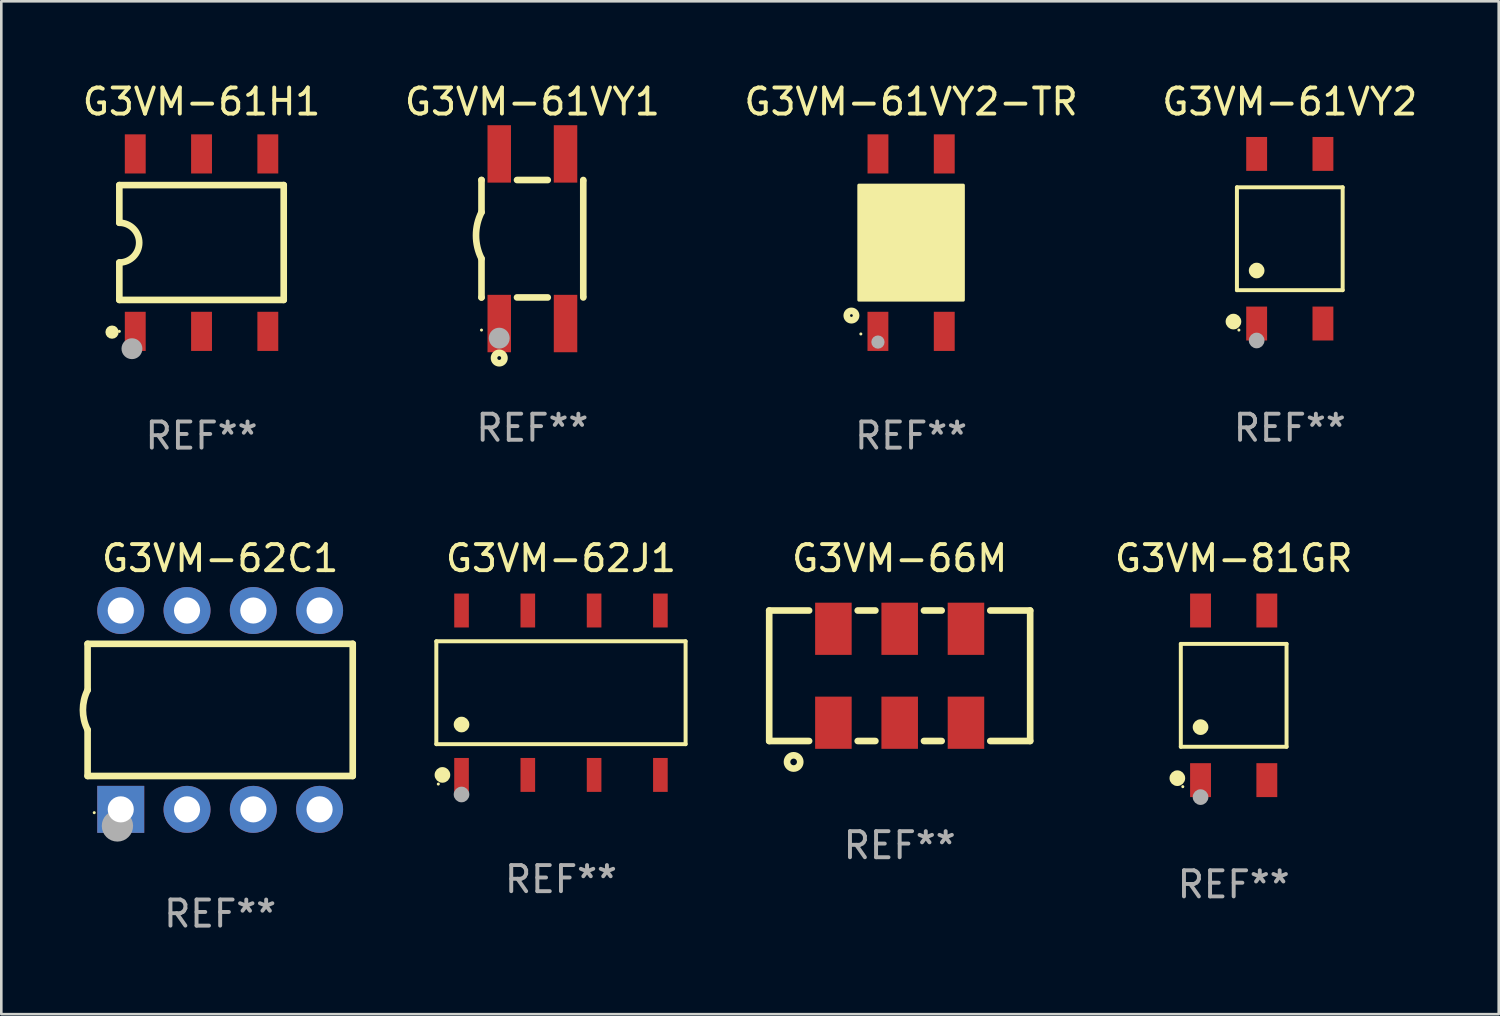
<source format=kicad_pcb>
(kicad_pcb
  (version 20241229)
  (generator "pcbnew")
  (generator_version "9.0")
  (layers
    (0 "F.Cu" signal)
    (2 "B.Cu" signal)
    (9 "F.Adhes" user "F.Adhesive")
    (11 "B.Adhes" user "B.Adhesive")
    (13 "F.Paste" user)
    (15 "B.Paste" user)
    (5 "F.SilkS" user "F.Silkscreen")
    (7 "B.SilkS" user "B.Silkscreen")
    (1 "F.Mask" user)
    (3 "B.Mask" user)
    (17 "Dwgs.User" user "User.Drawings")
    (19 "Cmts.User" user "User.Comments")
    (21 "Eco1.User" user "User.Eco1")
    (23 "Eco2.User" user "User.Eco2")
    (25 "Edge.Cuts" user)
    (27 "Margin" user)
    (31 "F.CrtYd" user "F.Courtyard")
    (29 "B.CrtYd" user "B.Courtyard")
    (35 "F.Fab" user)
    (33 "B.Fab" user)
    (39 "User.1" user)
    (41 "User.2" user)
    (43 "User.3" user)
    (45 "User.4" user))
  (footprint "G3VM-62J1"
    (layer "F.Cu")
    (at 18.446 23.495)
    (property "Reference" "G3VM-62J1" (at 0 -5.15 0) (layer "F.SilkS") (effects (font (size 1 1) (thickness 0.15))))
    (attr through_hole)
    (fp_line (start -4.776 -1.971) (end 4.776 -1.971) (stroke (width 0.152) (type solid)) (layer "F.SilkS"))
    (fp_line (start -4.776 1.971) (end -4.776 -1.971) (stroke (width 0.152) (type solid)) (layer "F.SilkS"))
    (fp_line (start 4.776 -1.971) (end 4.776 1.971) (stroke (width 0.152) (type solid)) (layer "F.SilkS"))
    (fp_line (start 4.776 1.971) (end -4.776 1.971) (stroke (width 0.152) (type solid)) (layer "F.SilkS"))
    (fp_circle (center -4.7 3.5) (end -4.67 3.5) (stroke (width 0.06) (type solid)) (fill no) (layer "F.SilkS"))
    (fp_circle (center -4.542 3.15) (end -4.392 3.15) (stroke (width 0.3) (type solid)) (fill no) (layer "F.SilkS"))
    (fp_circle (center -3.81 1.219) (end -3.66 1.219) (stroke (width 0.3) (type solid)) (fill no) (layer "F.SilkS"))
    (fp_circle (center -3.81 3.9) (end -3.66 3.9) (stroke (width 0.3) (type solid)) (fill no) (layer "F.Fab"))
    (fp_text user "REF**" (at 0 7.15 0) (layer "F.Fab") (effects (font (size 1 1) (thickness 0.15))))
    (pad "1" smd rect (at -3.81 3.15) (size 0.56 1.3) (layers "F.Cu" "F.Mask" "F.Paste"))
    (pad "2" smd rect (at -1.27 3.15) (size 0.56 1.3) (layers "F.Cu" "F.Mask" "F.Paste"))
    (pad "3" smd rect (at 1.27 3.15) (size 0.56 1.3) (layers "F.Cu" "F.Mask" "F.Paste"))
    (pad "4" smd rect (at 3.81 3.15) (size 0.56 1.3) (layers "F.Cu" "F.Mask" "F.Paste"))
    (pad "5" smd rect (at 3.81 -3.15) (size 0.56 1.3) (layers "F.Cu" "F.Mask" "F.Paste"))
    (pad "6" smd rect (at 1.27 -3.15) (size 0.56 1.3) (layers "F.Cu" "F.Mask" "F.Paste"))
    (pad "7" smd rect (at -1.27 -3.15) (size 0.56 1.3) (layers "F.Cu" "F.Mask" "F.Paste"))
    (pad "8" smd rect (at -3.81 -3.15) (size 0.56 1.3) (layers "F.Cu" "F.Mask" "F.Paste")))
  (footprint "G3VM-62C1"
    (layer "F.Cu")
    (at 5.387 24.155)
    (property "Reference" "G3VM-62C1" (at 0 -5.81 0) (layer "F.SilkS") (effects (font (size 1 1) (thickness 0.15))))
    (attr through_hole)
    (fp_line (start -5.08 -2.534) (end 5.08 -2.534) (stroke (width 0.254) (type solid)) (layer "F.SilkS"))
    (fp_line (start -5.08 -0.762) (end -5.08 -2.534) (stroke (width 0.254) (type solid)) (layer "F.SilkS"))
    (fp_line (start -5.08 2.531) (end -5.08 0.762) (stroke (width 0.254) (type solid)) (layer "F.SilkS"))
    (fp_line (start -5.08 2.531) (end 5.08 2.531) (stroke (width 0.254) (type solid)) (layer "F.SilkS"))
    (fp_line (start 5.08 2.531) (end 5.08 -2.534) (stroke (width 0.254) (type solid)) (layer "F.SilkS"))
    (fp_arc (start -5.08001 0.762001) (mid -5.259894 0) (end -5.08001 -0.762002) (stroke (width 0.254001) (type solid)) (layer "F.SilkS"))
    (fp_circle (center -4.826 3.937) (end -4.796 3.937) (stroke (width 0.06) (type solid)) (fill no) (layer "F.SilkS"))
    (fp_circle (center -3.937 4.445) (end -3.637 4.445) (stroke (width 0.6) (type solid)) (fill no) (layer "F.Fab"))
    (fp_text user "REF**" (at 0 7.81 0) (layer "F.Fab") (effects (font (size 1 1) (thickness 0.15))))
    (pad "1" thru_hole rect (at -3.81 3.81) (size 1.8 1.8) (drill 1) (layers "*.Cu" "*.Mask"))
    (pad "2" thru_hole circle (at -1.27 3.81) (size 1.8 1.8) (drill 1) (layers "*.Cu" "*.Mask"))
    (pad "3" thru_hole circle (at 1.27 3.81) (size 1.8 1.8) (drill 1) (layers "*.Cu" "*.Mask"))
    (pad "4" thru_hole circle (at 3.81 3.81) (size 1.8 1.8) (drill 1) (layers "*.Cu" "*.Mask"))
    (pad "5" thru_hole circle (at 3.81 -3.81) (size 1.8 1.8) (drill 1) (layers "*.Cu" "*.Mask"))
    (pad "6" thru_hole circle (at 1.27 -3.81) (size 1.8 1.8) (drill 1) (layers "*.Cu" "*.Mask"))
    (pad "7" thru_hole circle (at -1.27 -3.81) (size 1.8 1.8) (drill 1) (layers "*.Cu" "*.Mask"))
    (pad "8" thru_hole circle (at -3.81 -3.81) (size 1.8 1.8) (drill 1) (layers "*.Cu" "*.Mask")))
  (footprint "G3VM-61H1"
    (layer "F.Cu")
    (at 4.673 6.248)
    (property "Reference" "G3VM-61H1" (at 0 -5.4 0) (layer "F.SilkS") (effects (font (size 1 1) (thickness 0.15))))
    (attr through_hole)
    (fp_line (start -3.15 -2.205) (end -3.15 -0.762) (stroke (width 0.254) (type solid)) (layer "F.SilkS"))
    (fp_line (start -3.15 -2.205) (end 3.15 -2.205) (stroke (width 0.254) (type solid)) (layer "F.SilkS"))
    (fp_line (start -3.15 2.195) (end -3.15 0.762) (stroke (width 0.254) (type solid)) (layer "F.SilkS"))
    (fp_line (start -3.15 2.195) (end 3.15 2.195) (stroke (width 0.254) (type solid)) (layer "F.SilkS"))
    (fp_line (start 3.149 -2.205) (end 3.149 2.195) (stroke (width 0.254) (type solid)) (layer "F.SilkS"))
    (fp_arc (start -3.150623 -0.761874) (mid -2.388672 -0.000241) (end -3.150013 0.762002) (stroke (width 0.254001) (type solid)) (layer "F.SilkS"))
    (fp_circle (center -3.429 3.429) (end -3.302 3.429) (stroke (width 0.254) (type solid)) (fill no) (layer "F.SilkS"))
    (fp_circle (center -3.15 3.4) (end -3.12 3.4) (stroke (width 0.06) (type solid)) (fill no) (layer "F.SilkS"))
    (fp_circle (center -2.667 4.064) (end -2.467 4.064) (stroke (width 0.4) (type solid)) (fill no) (layer "F.Fab"))
    (fp_text user "REF**" (at 0 7.4 0) (layer "F.Fab") (effects (font (size 1 1) (thickness 0.15))))
    (pad "1" smd rect (at -2.54 3.4) (size 0.8 1.5) (layers "F.Cu" "F.Mask" "F.Paste"))
    (pad "2" smd rect (at 0 3.4) (size 0.8 1.5) (layers "F.Cu" "F.Mask" "F.Paste"))
    (pad "3" smd rect (at 2.54 3.4) (size 0.8 1.5) (layers "F.Cu" "F.Mask" "F.Paste"))
    (pad "4" smd rect (at 2.54 -3.4) (size 0.8 1.5) (layers "F.Cu" "F.Mask" "F.Paste"))
    (pad "5" smd rect (at 0 -3.4) (size 0.8 1.5) (layers "F.Cu" "F.Mask" "F.Paste"))
    (pad "6" smd rect (at -2.54 -3.4) (size 0.8 1.5) (layers "F.Cu" "F.Mask" "F.Paste")))
  (footprint "G3VM-61VY1"
    (layer "F.Cu")
    (at 17.351 6.098)
    (property "Reference" "G3VM-61VY1" (at 0 -5.25 0) (layer "F.SilkS") (effects (font (size 1 1) (thickness 0.15))))
    (attr through_hole)
    (fp_line (start -1.95 -2.25) (end -1.951 -2.25) (stroke (width 0.254) (type solid)) (layer "F.SilkS"))
    (fp_line (start -1.95 -2.25) (end -1.95 -1.016) (stroke (width 0.254) (type solid)) (layer "F.SilkS"))
    (fp_line (start -1.95 2.25) (end -1.951 2.25) (stroke (width 0.254) (type solid)) (layer "F.SilkS"))
    (fp_line (start -1.95 2.25) (end -1.95 0.762) (stroke (width 0.254) (type solid)) (layer "F.SilkS"))
    (fp_line (start -0.589 -2.25) (end 0.589 -2.25) (stroke (width 0.254) (type solid)) (layer "F.SilkS"))
    (fp_line (start -0.589 2.25) (end 0.589 2.25) (stroke (width 0.254) (type solid)) (layer "F.SilkS"))
    (fp_line (start 1.95 -2.2) (end 1.95 2.2) (stroke (width 0.254) (type solid)) (layer "F.SilkS"))
    (fp_line (start 1.951 -2.25) (end 1.95 -2.25) (stroke (width 0.254) (type solid)) (layer "F.SilkS"))
    (fp_line (start 1.951 2.25) (end 1.95 2.25) (stroke (width 0.254) (type solid)) (layer "F.SilkS"))
    (fp_arc (start -1.950711 0.762001) (mid -2.160315 -0.12709) (end -1.949949 -1.016002) (stroke (width 0.254001) (type solid)) (layer "F.SilkS"))
    (fp_circle (center -1.95 3.5) (end -1.92 3.5) (stroke (width 0.06) (type solid)) (fill no) (layer "F.SilkS"))
    (fp_circle (center -1.27 4.572) (end -1.07 4.572) (stroke (width 0.254) (type solid)) (fill no) (layer "F.SilkS"))
    (fp_circle (center -1.27 3.81) (end -1.07 3.81) (stroke (width 0.4) (type solid)) (fill no) (layer "F.Fab"))
    (fp_text user "REF**" (at 0 7.25 0) (layer "F.Fab") (effects (font (size 1 1) (thickness 0.15))))
    (pad "1" smd rect (at -1.27 3.25 90) (size 2.2 0.9) (layers "F.Cu" "F.Mask" "F.Paste"))
    (pad "2" smd rect (at 1.27 3.25 90) (size 2.2 0.9) (layers "F.Cu" "F.Mask" "F.Paste"))
    (pad "3" smd rect (at 1.27 -3.25 90) (size 2.2 0.9) (layers "F.Cu" "F.Mask" "F.Paste"))
    (pad "4" smd rect (at -1.27 -3.25 90) (size 2.2 0.9) (layers "F.Cu" "F.Mask" "F.Paste")))
  (footprint "G3VM-61VY2-TR"
    (layer "F.Cu")
    (at 31.863 6.248)
    (property "Reference" "G3VM-61VY2-TR" (at 0 -5.4 0) (layer "F.SilkS") (effects (font (size 1 1) (thickness 0.15))))
    (attr through_hole)
    (fp_circle (center -2.286 2.794) (end -2.107 2.794) (stroke (width 0.254) (type solid)) (fill no) (layer "F.SilkS"))
    (fp_circle (center -1.925 3.5) (end -1.895 3.5) (stroke (width 0.06) (type solid)) (fill no) (layer "F.SilkS"))
    (fp_circle (center -1.017 1.27) (end -0.636 1.27) (stroke (width 0.254) (type solid)) (fill no) (layer "F.SilkS"))
    (fp_poly (pts (xy -2 -2.2) (xy 2 -2.2) (xy 2 2.2) (xy -2 2.2)) (stroke (width 0.12) (type solid)) (fill yes) (layer "F.SilkS"))
    (fp_circle (center -1.27 3.81) (end -1.143 3.81) (stroke (width 0.254) (type solid)) (fill no) (layer "F.Fab"))
    (fp_text user "REF**" (at 0 7.4 0) (layer "F.Fab") (effects (font (size 1 1) (thickness 0.15))))
    (pad "1" smd rect (at -1.271 3.4 90) (size 1.5 0.8) (layers "F.Cu" "F.Mask" "F.Paste"))
    (pad "2" smd rect (at 1.271 3.4 90) (size 1.5 0.8) (layers "F.Cu" "F.Mask" "F.Paste"))
    (pad "3" smd rect (at 1.271 -3.4 90) (size 1.5 0.8) (layers "F.Cu" "F.Mask" "F.Paste"))
    (pad "4" smd rect (at -1.269 -3.4 90) (size 1.5 0.8) (layers "F.Cu" "F.Mask" "F.Paste")))
  (footprint "G3VM-66M"
    (layer "F.Cu")
    (at 31.426 22.845)
    (property "Reference" "G3VM-66M" (at 0 -4.5 0) (layer "F.SilkS") (effects (font (size 1 1) (thickness 0.15))))
    (attr through_hole)
    (fp_line (start -5 -2.5) (end -5 2.5) (stroke (width 0.254) (type solid)) (layer "F.SilkS"))
    (fp_line (start -5 2.5) (end -3.471 2.5) (stroke (width 0.254) (type solid)) (layer "F.SilkS"))
    (fp_line (start -3.471 -2.5) (end -5 -2.5) (stroke (width 0.254) (type solid)) (layer "F.SilkS"))
    (fp_line (start -1.609 2.5) (end -0.931 2.5) (stroke (width 0.254) (type solid)) (layer "F.SilkS"))
    (fp_line (start -0.931 -2.5) (end -1.609 -2.5) (stroke (width 0.254) (type solid)) (layer "F.SilkS"))
    (fp_line (start 0.931 2.5) (end 1.609 2.5) (stroke (width 0.254) (type solid)) (layer "F.SilkS"))
    (fp_line (start 1.609 -2.5) (end 0.931 -2.5) (stroke (width 0.254) (type solid)) (layer "F.SilkS"))
    (fp_line (start 3.471 2.5) (end 5 2.5) (stroke (width 0.254) (type solid)) (layer "F.SilkS"))
    (fp_line (start 5 -2.5) (end 3.471 -2.5) (stroke (width 0.254) (type solid)) (layer "F.SilkS"))
    (fp_line (start 5 2.5) (end 5 -2.5) (stroke (width 0.254) (type solid)) (layer "F.SilkS"))
    (fp_circle (center -4.064 3.302) (end -3.81 3.302) (stroke (width 0.254) (type solid)) (fill no) (layer "F.SilkS"))
    (fp_text user "REF**" (at 0 6.5 0) (layer "F.Fab") (effects (font (size 1 1) (thickness 0.15))))
    (pad "1" smd rect (at -2.54 1.8) (size 1.4 2) (layers "F.Cu" "F.Mask" "F.Paste"))
    (pad "2" smd rect (at 0 1.8) (size 1.4 2) (layers "F.Cu" "F.Mask" "F.Paste"))
    (pad "3" smd rect (at 2.54 1.8) (size 1.4 2) (layers "F.Cu" "F.Mask" "F.Paste"))
    (pad "4" smd rect (at 2.54 -1.8) (size 1.4 2) (layers "F.Cu" "F.Mask" "F.Paste"))
    (pad "5" smd rect (at 0 -1.8) (size 1.4 2) (layers "F.Cu" "F.Mask" "F.Paste"))
    (pad "6" smd rect (at -2.54 -1.8) (size 1.4 2) (layers "F.Cu" "F.Mask" "F.Paste")))
  (footprint "G3VM-81GR"
    (layer "F.Cu")
    (at 44.225 23.595)
    (property "Reference" "G3VM-81GR" (at 0 -5.25 0) (layer "F.SilkS") (effects (font (size 1 1) (thickness 0.15))))
    (attr through_hole)
    (fp_line (start -2.026 -1.971) (end 2.026 -1.971) (stroke (width 0.152) (type solid)) (layer "F.SilkS"))
    (fp_line (start -2.026 1.971) (end -2.026 -1.971) (stroke (width 0.152) (type solid)) (layer "F.SilkS"))
    (fp_line (start 2.026 -1.971) (end 2.026 1.971) (stroke (width 0.152) (type solid)) (layer "F.SilkS"))
    (fp_line (start 2.026 1.971) (end -2.026 1.971) (stroke (width 0.152) (type solid)) (layer "F.SilkS"))
    (fp_circle (center -2.159 3.175) (end -2.009 3.175) (stroke (width 0.3) (type solid)) (fill no) (layer "F.SilkS"))
    (fp_circle (center -1.95 3.5) (end -1.92 3.5) (stroke (width 0.06) (type solid)) (fill no) (layer "F.SilkS"))
    (fp_circle (center -1.27 1.219) (end -1.12 1.219) (stroke (width 0.3) (type solid)) (fill no) (layer "F.SilkS"))
    (fp_circle (center -1.27 3.9) (end -1.12 3.9) (stroke (width 0.3) (type solid)) (fill no) (layer "F.Fab"))
    (fp_text user "REF**" (at 0 7.25 0) (layer "F.Fab") (effects (font (size 1 1) (thickness 0.15))))
    (pad "1" smd rect (at -1.27 3.25) (size 0.8 1.3) (layers "F.Cu" "F.Mask" "F.Paste"))
    (pad "2" smd rect (at 1.27 3.25) (size 0.8 1.3) (layers "F.Cu" "F.Mask" "F.Paste"))
    (pad "3" smd rect (at 1.27 -3.25) (size 0.8 1.3) (layers "F.Cu" "F.Mask" "F.Paste"))
    (pad "4" smd rect (at -1.27 -3.25) (size 0.8 1.3) (layers "F.Cu" "F.Mask" "F.Paste")))
  (footprint "G3VM-61VY2"
    (layer "F.Cu")
    (at 46.375 6.098)
    (property "Reference" "G3VM-61VY2" (at 0 -5.25 0) (layer "F.SilkS") (effects (font (size 1 1) (thickness 0.15))))
    (attr through_hole)
    (fp_line (start -2.026 -1.971) (end 2.026 -1.971) (stroke (width 0.152) (type solid)) (layer "F.SilkS"))
    (fp_line (start -2.026 1.971) (end -2.026 -1.971) (stroke (width 0.152) (type solid)) (layer "F.SilkS"))
    (fp_line (start 2.026 -1.971) (end 2.026 1.971) (stroke (width 0.152) (type solid)) (layer "F.SilkS"))
    (fp_line (start 2.026 1.971) (end -2.026 1.971) (stroke (width 0.152) (type solid)) (layer "F.SilkS"))
    (fp_circle (center -2.159 3.175) (end -2.009 3.175) (stroke (width 0.3) (type solid)) (fill no) (layer "F.SilkS"))
    (fp_circle (center -1.95 3.5) (end -1.92 3.5) (stroke (width 0.06) (type solid)) (fill no) (layer "F.SilkS"))
    (fp_circle (center -1.27 1.219) (end -1.12 1.219) (stroke (width 0.3) (type solid)) (fill no) (layer "F.SilkS"))
    (fp_circle (center -1.27 3.9) (end -1.12 3.9) (stroke (width 0.3) (type solid)) (fill no) (layer "F.Fab"))
    (fp_text user "REF**" (at 0 7.25 0) (layer "F.Fab") (effects (font (size 1 1) (thickness 0.15))))
    (pad "1" smd rect (at -1.27 3.25) (size 0.8 1.3) (layers "F.Cu" "F.Mask" "F.Paste"))
    (pad "2" smd rect (at 1.27 3.25) (size 0.8 1.3) (layers "F.Cu" "F.Mask" "F.Paste"))
    (pad "3" smd rect (at 1.27 -3.25) (size 0.8 1.3) (layers "F.Cu" "F.Mask" "F.Paste"))
    (pad "4" smd rect (at -1.27 -3.25) (size 0.8 1.3) (layers "F.Cu" "F.Mask" "F.Paste")))
  (gr_rect
    (start -3 -3)
    (end 54.381 35.813)
    (stroke (width 0.1) (type default))
    (fill no)
    (layer "Edge.Cuts")))
</source>
